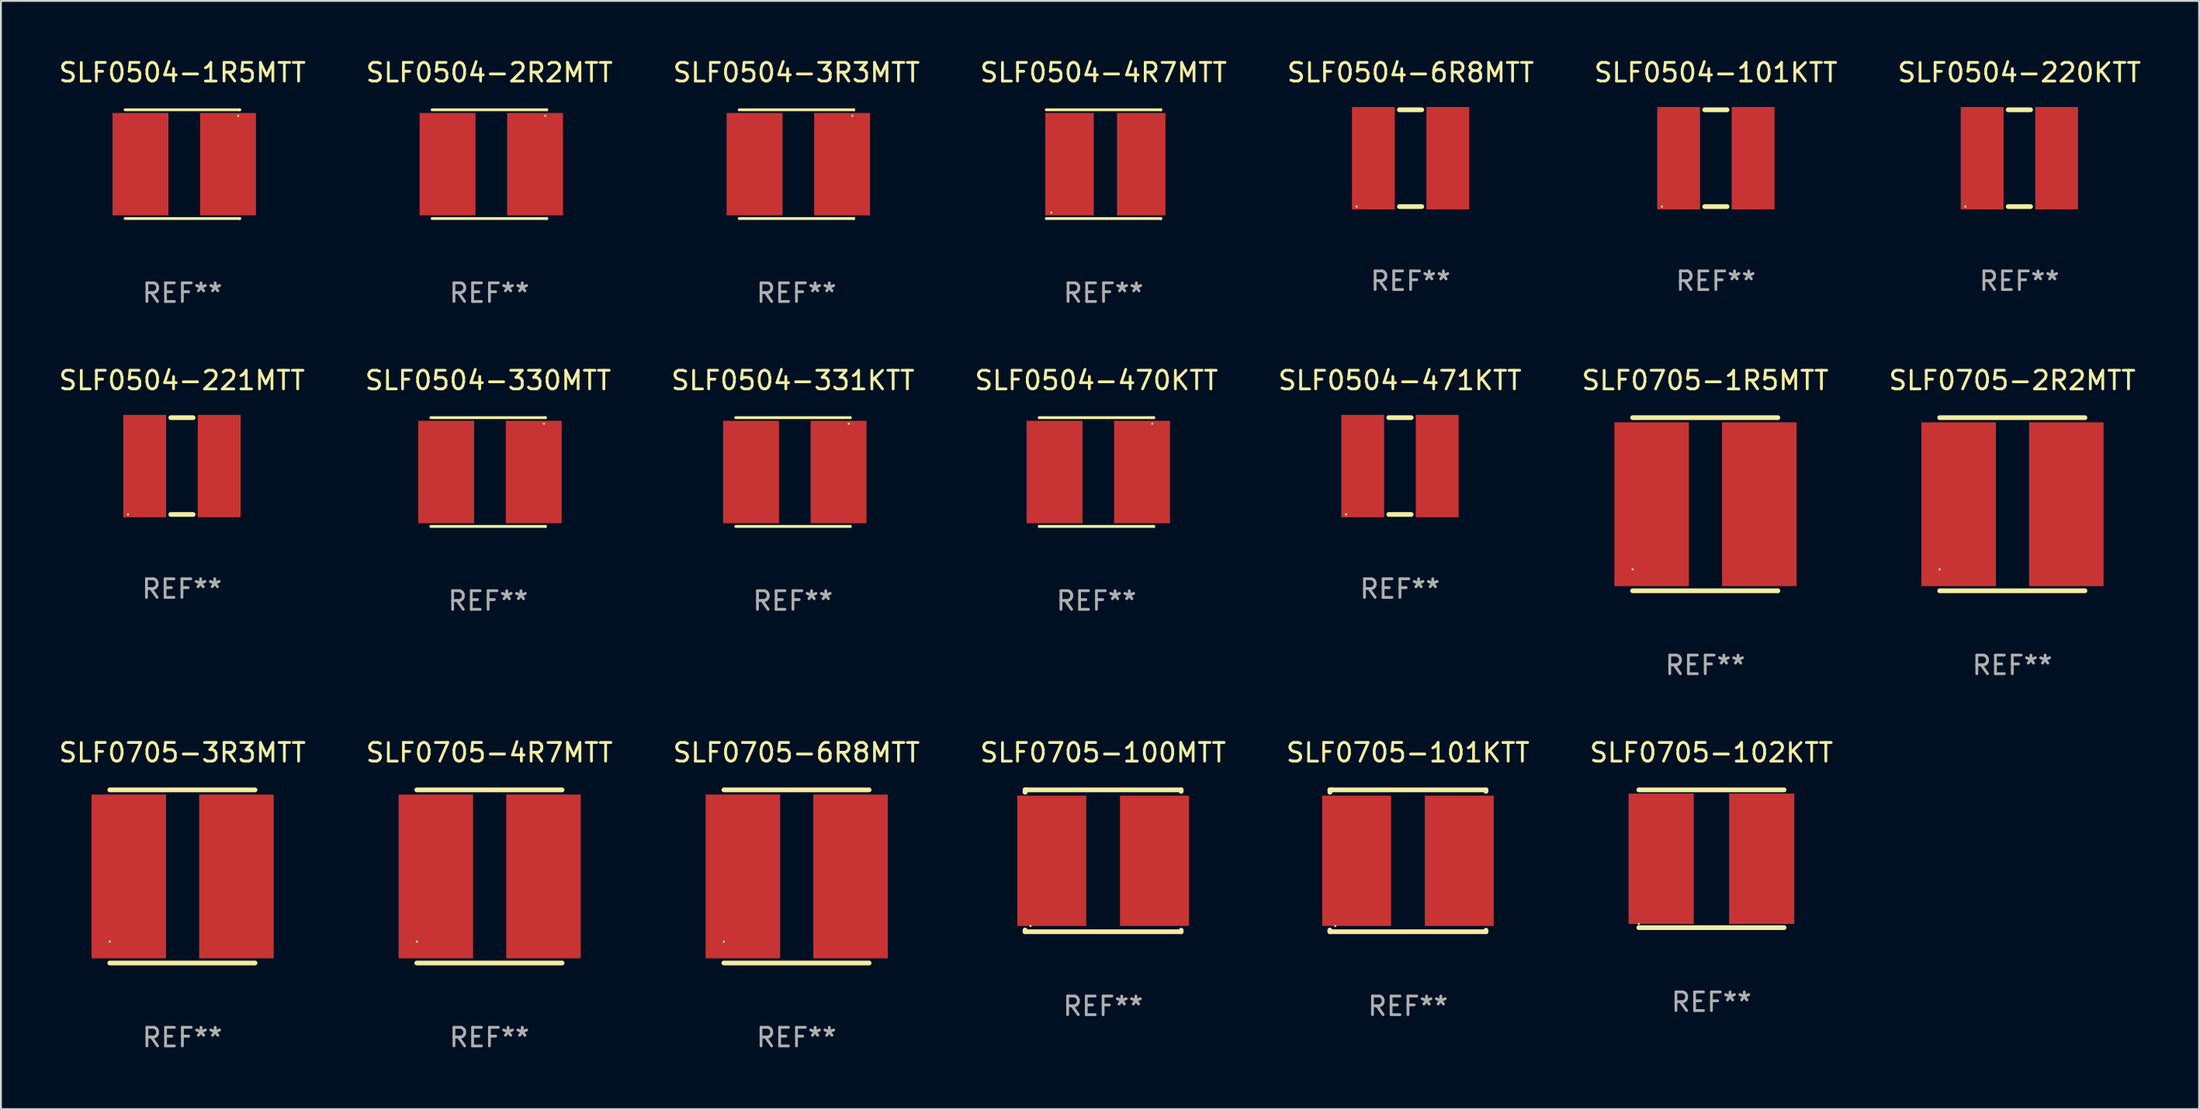
<source format=kicad_pcb>
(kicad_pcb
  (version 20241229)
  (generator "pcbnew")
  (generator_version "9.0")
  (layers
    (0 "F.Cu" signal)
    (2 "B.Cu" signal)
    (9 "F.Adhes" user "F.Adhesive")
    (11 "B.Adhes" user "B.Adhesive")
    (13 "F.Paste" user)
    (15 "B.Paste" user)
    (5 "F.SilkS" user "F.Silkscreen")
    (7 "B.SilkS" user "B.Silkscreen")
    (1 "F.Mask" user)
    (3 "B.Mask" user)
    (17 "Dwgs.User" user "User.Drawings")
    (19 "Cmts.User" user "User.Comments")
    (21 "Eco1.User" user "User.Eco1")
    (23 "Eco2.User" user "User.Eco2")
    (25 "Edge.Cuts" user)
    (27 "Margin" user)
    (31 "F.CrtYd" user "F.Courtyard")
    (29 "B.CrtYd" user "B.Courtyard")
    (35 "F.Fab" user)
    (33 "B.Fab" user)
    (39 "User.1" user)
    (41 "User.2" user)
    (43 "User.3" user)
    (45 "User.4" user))
  (footprint "SLF0705-1R5MTT"
    (layer "F.Cu")
    (at 88.518 24.037)
    (property "Reference" "SLF0705-1R5MTT" (at 0 -6.65 0) (layer "F.SilkS") (effects (font (size 1 1) (thickness 0.15))))
    (attr through_hole)
    (fp_line (start -3.9 -4.65) (end 3.9 -4.65) (stroke (width 0.254) (type solid)) (layer "F.SilkS"))
    (fp_line (start -3.9 4.65) (end 3.9 4.65) (stroke (width 0.254) (type solid)) (layer "F.SilkS"))
    (fp_circle (center -3.9 3.5) (end -3.87 3.5) (stroke (width 0.06) (type solid)) (fill no) (layer "F.SilkS"))
    (fp_text user "REF**" (at 0 8.65 0) (layer "F.Fab") (effects (font (size 1 1) (thickness 0.15))))
    (pad "1" smd rect (at -2.879 0) (size 4 8.8) (layers "F.Cu" "F.Mask" "F.Paste"))
    (pad "2" smd rect (at 2.902 0) (size 4 8.8) (layers "F.Cu" "F.Mask" "F.Paste")))
  (footprint "SLF0504-331KTT"
    (layer "F.Cu")
    (at 39.53 22.308)
    (property "Reference" "SLF0504-331KTT" (at 0 -4.921 0) (layer "F.SilkS") (effects (font (size 1 1) (thickness 0.15))))
    (attr through_hole)
    (fp_line (start -3.076 2.921) (end 3.076 2.921) (stroke (width 0.152) (type solid)) (layer "F.SilkS"))
    (fp_line (start -3.076 -2.921) (end 3.076 -2.921) (stroke (width 0.152) (type solid)) (layer "F.SilkS"))
    (fp_line (start 3.076 2.921) (end 3.076 2.921) (stroke (width 0.152) (type solid)) (layer "F.SilkS"))
    (fp_line (start 3.076 -2.921) (end 3.076 -2.921) (stroke (width 0.152) (type solid)) (layer "F.SilkS"))
    (fp_circle (center 2.999 -2.6) (end 3.029 -2.6) (stroke (width 0.06) (type solid)) (fill no) (layer "F.SilkS"))
    (fp_text user "REF**" (at 0 6.921 0) (layer "F.Fab") (effects (font (size 1 1) (thickness 0.15))))
    (pad "1" smd rect (at 2.45 -0.000013) (size 3 5.5) (layers "F.Cu" "F.Mask" "F.Paste"))
    (pad "2" smd rect (at -2.251 -0.000013) (size 3 5.5) (layers "F.Cu" "F.Mask" "F.Paste")))
  (footprint "SLF0504-220KTT"
    (layer "F.Cu")
    (at 105.387 5.448)
    (property "Reference" "SLF0504-220KTT" (at 0 -4.6 0) (layer "F.SilkS") (effects (font (size 1 1) (thickness 0.15))))
    (attr through_hole)
    (fp_line (start -0.6 -2.6) (end 0.6 -2.6) (stroke (width 0.254) (type solid)) (layer "F.SilkS"))
    (fp_line (start -0.6 2.6) (end 0.6 2.6) (stroke (width 0.254) (type solid)) (layer "F.SilkS"))
    (fp_circle (center -2.9 2.6) (end -2.87 2.6) (stroke (width 0.06) (type solid)) (fill no) (layer "F.SilkS"))
    (fp_text user "REF**" (at 0 6.6 0) (layer "F.Fab") (effects (font (size 1 1) (thickness 0.15))))
    (pad "1" smd rect (at -2 0 90) (size 5.5 2.3) (layers "F.Cu" "F.Mask" "F.Paste"))
    (pad "2" smd rect (at 2 0 90) (size 5.5 2.3) (layers "F.Cu" "F.Mask" "F.Paste")))
  (footprint "SLF0504-221MTT"
    (layer "F.Cu")
    (at 6.72 21.987)
    (property "Reference" "SLF0504-221MTT" (at 0 -4.6 0) (layer "F.SilkS") (effects (font (size 1 1) (thickness 0.15))))
    (attr through_hole)
    (fp_line (start -0.6 -2.6) (end 0.6 -2.6) (stroke (width 0.254) (type solid)) (layer "F.SilkS"))
    (fp_line (start -0.6 2.6) (end 0.6 2.6) (stroke (width 0.254) (type solid)) (layer "F.SilkS"))
    (fp_circle (center -2.9 2.6) (end -2.87 2.6) (stroke (width 0.06) (type solid)) (fill no) (layer "F.SilkS"))
    (fp_text user "REF**" (at 0 6.6 0) (layer "F.Fab") (effects (font (size 1 1) (thickness 0.15))))
    (pad "1" smd rect (at -2 0 90) (size 5.5 2.3) (layers "F.Cu" "F.Mask" "F.Paste"))
    (pad "2" smd rect (at 2 0 90) (size 5.5 2.3) (layers "F.Cu" "F.Mask" "F.Paste")))
  (footprint "SLF0504-3R3MTT"
    (layer "F.Cu")
    (at 39.72 5.769)
    (property "Reference" "SLF0504-3R3MTT" (at 0 -4.921 0) (layer "F.SilkS") (effects (font (size 1 1) (thickness 0.15))))
    (attr through_hole)
    (fp_line (start -3.076 2.921) (end 3.076 2.921) (stroke (width 0.152) (type solid)) (layer "F.SilkS"))
    (fp_line (start -3.076 -2.921) (end 3.076 -2.921) (stroke (width 0.152) (type solid)) (layer "F.SilkS"))
    (fp_line (start 3.076 2.921) (end 3.076 2.921) (stroke (width 0.152) (type solid)) (layer "F.SilkS"))
    (fp_line (start 3.076 -2.921) (end 3.076 -2.921) (stroke (width 0.152) (type solid)) (layer "F.SilkS"))
    (fp_circle (center 2.999 -2.6) (end 3.029 -2.6) (stroke (width 0.06) (type solid)) (fill no) (layer "F.SilkS"))
    (fp_text user "REF**" (at 0 6.921 0) (layer "F.Fab") (effects (font (size 1 1) (thickness 0.15))))
    (pad "1" smd rect (at 2.45 -0.000013) (size 3 5.5) (layers "F.Cu" "F.Mask" "F.Paste"))
    (pad "2" smd rect (at -2.251 -0.000013) (size 3 5.5) (layers "F.Cu" "F.Mask" "F.Paste")))
  (footprint "SLF0705-4R7MTT"
    (layer "F.Cu")
    (at 23.232 44.033)
    (property "Reference" "SLF0705-4R7MTT" (at 0 -6.65 0) (layer "F.SilkS") (effects (font (size 1 1) (thickness 0.15))))
    (attr through_hole)
    (fp_line (start -3.9 -4.65) (end 3.9 -4.65) (stroke (width 0.254) (type solid)) (layer "F.SilkS"))
    (fp_line (start -3.9 4.65) (end 3.9 4.65) (stroke (width 0.254) (type solid)) (layer "F.SilkS"))
    (fp_circle (center -3.9 3.5) (end -3.87 3.5) (stroke (width 0.06) (type solid)) (fill no) (layer "F.SilkS"))
    (fp_text user "REF**" (at 0 8.65 0) (layer "F.Fab") (effects (font (size 1 1) (thickness 0.15))))
    (pad "1" smd rect (at -2.879 0) (size 4 8.8) (layers "F.Cu" "F.Mask" "F.Paste"))
    (pad "2" smd rect (at 2.902 0) (size 4 8.8) (layers "F.Cu" "F.Mask" "F.Paste")))
  (footprint "SLF0504-330MTT"
    (layer "F.Cu")
    (at 23.161 22.308)
    (property "Reference" "SLF0504-330MTT" (at 0 -4.921 0) (layer "F.SilkS") (effects (font (size 1 1) (thickness 0.15))))
    (attr through_hole)
    (fp_line (start -3.076 2.921) (end 3.076 2.921) (stroke (width 0.152) (type solid)) (layer "F.SilkS"))
    (fp_line (start -3.076 -2.921) (end 3.076 -2.921) (stroke (width 0.152) (type solid)) (layer "F.SilkS"))
    (fp_line (start 3.076 2.921) (end 3.076 2.921) (stroke (width 0.152) (type solid)) (layer "F.SilkS"))
    (fp_line (start 3.076 -2.921) (end 3.076 -2.921) (stroke (width 0.152) (type solid)) (layer "F.SilkS"))
    (fp_circle (center 2.999 -2.6) (end 3.029 -2.6) (stroke (width 0.06) (type solid)) (fill no) (layer "F.SilkS"))
    (fp_text user "REF**" (at 0 6.921 0) (layer "F.Fab") (effects (font (size 1 1) (thickness 0.15))))
    (pad "1" smd rect (at 2.45 -0.000013) (size 3 5.5) (layers "F.Cu" "F.Mask" "F.Paste"))
    (pad "2" smd rect (at -2.251 -0.000013) (size 3 5.5) (layers "F.Cu" "F.Mask" "F.Paste")))
  (footprint "SLF0504-1R5MTT"
    (layer "F.Cu")
    (at 6.744 5.769)
    (property "Reference" "SLF0504-1R5MTT" (at 0 -4.921 0) (layer "F.SilkS") (effects (font (size 1 1) (thickness 0.15))))
    (attr through_hole)
    (fp_line (start -3.076 2.921) (end 3.076 2.921) (stroke (width 0.152) (type solid)) (layer "F.SilkS"))
    (fp_line (start -3.076 -2.921) (end 3.076 -2.921) (stroke (width 0.152) (type solid)) (layer "F.SilkS"))
    (fp_line (start 3.076 2.921) (end 3.076 2.921) (stroke (width 0.152) (type solid)) (layer "F.SilkS"))
    (fp_line (start 3.076 -2.921) (end 3.076 -2.921) (stroke (width 0.152) (type solid)) (layer "F.SilkS"))
    (fp_circle (center 2.999 -2.6) (end 3.029 -2.6) (stroke (width 0.06) (type solid)) (fill no) (layer "F.SilkS"))
    (fp_text user "REF**" (at 0 6.921 0) (layer "F.Fab") (effects (font (size 1 1) (thickness 0.15))))
    (pad "1" smd rect (at 2.45 -0.000013) (size 3 5.5) (layers "F.Cu" "F.Mask" "F.Paste"))
    (pad "2" smd rect (at -2.251 -0.000013) (size 3 5.5) (layers "F.Cu" "F.Mask" "F.Paste")))
  (footprint "SLF0705-100MTT"
    (layer "F.Cu")
    (at 56.185 43.193)
    (property "Reference" "SLF0705-100MTT" (at 0 -5.81 0) (layer "F.SilkS") (effects (font (size 1 1) (thickness 0.15))))
    (attr through_hole)
    (fp_line (start -4.191 3.73) (end -4.191 3.731) (stroke (width 0.254) (type solid)) (layer "F.SilkS"))
    (fp_line (start -4.191 -3.81) (end -4.191 -3.683) (stroke (width 0.254) (type solid)) (layer "F.SilkS"))
    (fp_line (start -4.191 3.81) (end -4.191 3.731) (stroke (width 0.254) (type solid)) (layer "F.SilkS"))
    (fp_line (start -4.064 -3.81) (end -4.191 -3.81) (stroke (width 0.254) (type solid)) (layer "F.SilkS"))
    (fp_line (start -4.064 -3.81) (end 4.191 -3.81) (stroke (width 0.254) (type solid)) (layer "F.SilkS"))
    (fp_line (start 4.191 -3.81) (end 4.191 -3.731) (stroke (width 0.254) (type solid)) (layer "F.SilkS"))
    (fp_line (start 4.191 3.731) (end 4.191 3.81) (stroke (width 0.254) (type solid)) (layer "F.SilkS"))
    (fp_line (start 4.191 3.81) (end -4.191 3.81) (stroke (width 0.254) (type solid)) (layer "F.SilkS"))
    (fp_circle (center -3.9 3.5) (end -3.87 3.5) (stroke (width 0.06) (type solid)) (fill no) (layer "F.SilkS"))
    (fp_text user "REF**" (at 0 7.81 0) (layer "F.Fab") (effects (font (size 1 1) (thickness 0.15))))
    (pad "1" smd rect (at -2.756 0) (size 3.7 7) (layers "F.Cu" "F.Mask" "F.Paste"))
    (pad "2" smd rect (at 2.756 0) (size 3.7 7) (layers "F.Cu" "F.Mask" "F.Paste")))
  (footprint "SLF0504-6R8MTT"
    (layer "F.Cu")
    (at 72.696 5.448)
    (property "Reference" "SLF0504-6R8MTT" (at 0 -4.6 0) (layer "F.SilkS") (effects (font (size 1 1) (thickness 0.15))))
    (attr through_hole)
    (fp_line (start -0.6 -2.6) (end 0.6 -2.6) (stroke (width 0.254) (type solid)) (layer "F.SilkS"))
    (fp_line (start -0.6 2.6) (end 0.6 2.6) (stroke (width 0.254) (type solid)) (layer "F.SilkS"))
    (fp_circle (center -2.9 2.6) (end -2.87 2.6) (stroke (width 0.06) (type solid)) (fill no) (layer "F.SilkS"))
    (fp_text user "REF**" (at 0 6.6 0) (layer "F.Fab") (effects (font (size 1 1) (thickness 0.15))))
    (pad "1" smd rect (at -2 0 90) (size 5.5 2.3) (layers "F.Cu" "F.Mask" "F.Paste"))
    (pad "2" smd rect (at 2 0 90) (size 5.5 2.3) (layers "F.Cu" "F.Mask" "F.Paste")))
  (footprint "SLF0504-4R7MTT"
    (layer "F.Cu")
    (at 56.208 5.769)
    (property "Reference" "SLF0504-4R7MTT" (at 0 -4.921 0) (layer "F.SilkS") (effects (font (size 1 1) (thickness 0.15))))
    (attr through_hole)
    (fp_line (start -3.076 2.921) (end 3.076 2.921) (stroke (width 0.152) (type solid)) (layer "F.SilkS"))
    (fp_line (start -3.076 -2.921) (end 3.076 -2.921) (stroke (width 0.152) (type solid)) (layer "F.SilkS"))
    (fp_line (start 3.076 2.921) (end 3.076 2.921) (stroke (width 0.152) (type solid)) (layer "F.SilkS"))
    (fp_line (start 3.076 -2.921) (end 3.076 -2.921) (stroke (width 0.152) (type solid)) (layer "F.SilkS"))
    (fp_circle (center -2.801 2.6) (end -2.771 2.6) (stroke (width 0.06) (type solid)) (fill no) (layer "F.SilkS"))
    (fp_text user "REF**" (at 0 6.921 0) (layer "F.Fab") (effects (font (size 1 1) (thickness 0.15))))
    (pad "1" smd rect (at -1.826 -0.000013) (size 2.6 5.5) (layers "F.Cu" "F.Mask" "F.Paste"))
    (pad "2" smd rect (at 2.024 -0.000013) (size 2.6 5.5) (layers "F.Cu" "F.Mask" "F.Paste")))
  (footprint "SLF0705-6R8MTT"
    (layer "F.Cu")
    (at 39.72 44.033)
    (property "Reference" "SLF0705-6R8MTT" (at 0 -6.65 0) (layer "F.SilkS") (effects (font (size 1 1) (thickness 0.15))))
    (attr through_hole)
    (fp_line (start -3.9 -4.65) (end 3.9 -4.65) (stroke (width 0.254) (type solid)) (layer "F.SilkS"))
    (fp_line (start -3.9 4.65) (end 3.9 4.65) (stroke (width 0.254) (type solid)) (layer "F.SilkS"))
    (fp_circle (center -3.9 3.5) (end -3.87 3.5) (stroke (width 0.06) (type solid)) (fill no) (layer "F.SilkS"))
    (fp_text user "REF**" (at 0 8.65 0) (layer "F.Fab") (effects (font (size 1 1) (thickness 0.15))))
    (pad "1" smd rect (at -2.879 0) (size 4 8.8) (layers "F.Cu" "F.Mask" "F.Paste"))
    (pad "2" smd rect (at 2.902 0) (size 4 8.8) (layers "F.Cu" "F.Mask" "F.Paste")))
  (footprint "SLF0705-101KTT"
    (layer "F.Cu")
    (at 72.554 43.193)
    (property "Reference" "SLF0705-101KTT" (at 0 -5.81 0) (layer "F.SilkS") (effects (font (size 1 1) (thickness 0.15))))
    (attr through_hole)
    (fp_line (start -4.191 3.73) (end -4.191 3.731) (stroke (width 0.254) (type solid)) (layer "F.SilkS"))
    (fp_line (start -4.191 -3.81) (end -4.191 -3.683) (stroke (width 0.254) (type solid)) (layer "F.SilkS"))
    (fp_line (start -4.191 3.81) (end -4.191 3.731) (stroke (width 0.254) (type solid)) (layer "F.SilkS"))
    (fp_line (start -4.064 -3.81) (end -4.191 -3.81) (stroke (width 0.254) (type solid)) (layer "F.SilkS"))
    (fp_line (start -4.064 -3.81) (end 4.191 -3.81) (stroke (width 0.254) (type solid)) (layer "F.SilkS"))
    (fp_line (start 4.191 -3.81) (end 4.191 -3.731) (stroke (width 0.254) (type solid)) (layer "F.SilkS"))
    (fp_line (start 4.191 3.731) (end 4.191 3.81) (stroke (width 0.254) (type solid)) (layer "F.SilkS"))
    (fp_line (start 4.191 3.81) (end -4.191 3.81) (stroke (width 0.254) (type solid)) (layer "F.SilkS"))
    (fp_circle (center -3.9 3.5) (end -3.87 3.5) (stroke (width 0.06) (type solid)) (fill no) (layer "F.SilkS"))
    (fp_text user "REF**" (at 0 7.81 0) (layer "F.Fab") (effects (font (size 1 1) (thickness 0.15))))
    (pad "1" smd rect (at -2.756 0) (size 3.7 7) (layers "F.Cu" "F.Mask" "F.Paste"))
    (pad "2" smd rect (at 2.756 0) (size 3.7 7) (layers "F.Cu" "F.Mask" "F.Paste")))
  (footprint "SLF0504-470KTT"
    (layer "F.Cu")
    (at 55.827 22.308)
    (property "Reference" "SLF0504-470KTT" (at 0 -4.921 0) (layer "F.SilkS") (effects (font (size 1 1) (thickness 0.15))))
    (attr through_hole)
    (fp_line (start -3.076 2.921) (end 3.076 2.921) (stroke (width 0.152) (type solid)) (layer "F.SilkS"))
    (fp_line (start -3.076 -2.921) (end 3.076 -2.921) (stroke (width 0.152) (type solid)) (layer "F.SilkS"))
    (fp_line (start 3.076 2.921) (end 3.076 2.921) (stroke (width 0.152) (type solid)) (layer "F.SilkS"))
    (fp_line (start 3.076 -2.921) (end 3.076 -2.921) (stroke (width 0.152) (type solid)) (layer "F.SilkS"))
    (fp_circle (center 2.999 -2.6) (end 3.029 -2.6) (stroke (width 0.06) (type solid)) (fill no) (layer "F.SilkS"))
    (fp_text user "REF**" (at 0 6.921 0) (layer "F.Fab") (effects (font (size 1 1) (thickness 0.15))))
    (pad "1" smd rect (at 2.45 -0.000013) (size 3 5.5) (layers "F.Cu" "F.Mask" "F.Paste"))
    (pad "2" smd rect (at -2.251 -0.000013) (size 3 5.5) (layers "F.Cu" "F.Mask" "F.Paste")))
  (footprint "SLF0504-471KTT"
    (layer "F.Cu")
    (at 72.125 21.987)
    (property "Reference" "SLF0504-471KTT" (at 0 -4.6 0) (layer "F.SilkS") (effects (font (size 1 1) (thickness 0.15))))
    (attr through_hole)
    (fp_line (start -0.6 -2.6) (end 0.6 -2.6) (stroke (width 0.254) (type solid)) (layer "F.SilkS"))
    (fp_line (start -0.6 2.6) (end 0.6 2.6) (stroke (width 0.254) (type solid)) (layer "F.SilkS"))
    (fp_circle (center -2.9 2.6) (end -2.87 2.6) (stroke (width 0.06) (type solid)) (fill no) (layer "F.SilkS"))
    (fp_text user "REF**" (at 0 6.6 0) (layer "F.Fab") (effects (font (size 1 1) (thickness 0.15))))
    (pad "1" smd rect (at -2 0 90) (size 5.5 2.3) (layers "F.Cu" "F.Mask" "F.Paste"))
    (pad "2" smd rect (at 2 0 90) (size 5.5 2.3) (layers "F.Cu" "F.Mask" "F.Paste")))
  (footprint "SLF0705-2R2MTT"
    (layer "F.Cu")
    (at 105.006 24.037)
    (property "Reference" "SLF0705-2R2MTT" (at 0 -6.65 0) (layer "F.SilkS") (effects (font (size 1 1) (thickness 0.15))))
    (attr through_hole)
    (fp_line (start -3.9 -4.65) (end 3.9 -4.65) (stroke (width 0.254) (type solid)) (layer "F.SilkS"))
    (fp_line (start -3.9 4.65) (end 3.9 4.65) (stroke (width 0.254) (type solid)) (layer "F.SilkS"))
    (fp_circle (center -3.9 3.5) (end -3.87 3.5) (stroke (width 0.06) (type solid)) (fill no) (layer "F.SilkS"))
    (fp_text user "REF**" (at 0 8.65 0) (layer "F.Fab") (effects (font (size 1 1) (thickness 0.15))))
    (pad "1" smd rect (at -2.879 0) (size 4 8.8) (layers "F.Cu" "F.Mask" "F.Paste"))
    (pad "2" smd rect (at 2.902 0) (size 4 8.8) (layers "F.Cu" "F.Mask" "F.Paste")))
  (footprint "SLF0504-2R2MTT"
    (layer "F.Cu")
    (at 23.232 5.769)
    (property "Reference" "SLF0504-2R2MTT" (at 0 -4.921 0) (layer "F.SilkS") (effects (font (size 1 1) (thickness 0.15))))
    (attr through_hole)
    (fp_line (start -3.076 2.921) (end 3.076 2.921) (stroke (width 0.152) (type solid)) (layer "F.SilkS"))
    (fp_line (start -3.076 -2.921) (end 3.076 -2.921) (stroke (width 0.152) (type solid)) (layer "F.SilkS"))
    (fp_line (start 3.076 2.921) (end 3.076 2.921) (stroke (width 0.152) (type solid)) (layer "F.SilkS"))
    (fp_line (start 3.076 -2.921) (end 3.076 -2.921) (stroke (width 0.152) (type solid)) (layer "F.SilkS"))
    (fp_circle (center 2.999 -2.6) (end 3.029 -2.6) (stroke (width 0.06) (type solid)) (fill no) (layer "F.SilkS"))
    (fp_text user "REF**" (at 0 6.921 0) (layer "F.Fab") (effects (font (size 1 1) (thickness 0.15))))
    (pad "1" smd rect (at 2.45 -0.000013) (size 3 5.5) (layers "F.Cu" "F.Mask" "F.Paste"))
    (pad "2" smd rect (at -2.251 -0.000013) (size 3 5.5) (layers "F.Cu" "F.Mask" "F.Paste")))
  (footprint "SLF0705-3R3MTT"
    (layer "F.Cu")
    (at 6.744 44.033)
    (property "Reference" "SLF0705-3R3MTT" (at 0 -6.65 0) (layer "F.SilkS") (effects (font (size 1 1) (thickness 0.15))))
    (attr through_hole)
    (fp_line (start -3.9 -4.65) (end 3.9 -4.65) (stroke (width 0.254) (type solid)) (layer "F.SilkS"))
    (fp_line (start -3.9 4.65) (end 3.9 4.65) (stroke (width 0.254) (type solid)) (layer "F.SilkS"))
    (fp_circle (center -3.9 3.5) (end -3.87 3.5) (stroke (width 0.06) (type solid)) (fill no) (layer "F.SilkS"))
    (fp_text user "REF**" (at 0 8.65 0) (layer "F.Fab") (effects (font (size 1 1) (thickness 0.15))))
    (pad "1" smd rect (at -2.879 0) (size 4 8.8) (layers "F.Cu" "F.Mask" "F.Paste"))
    (pad "2" smd rect (at 2.902 0) (size 4 8.8) (layers "F.Cu" "F.Mask" "F.Paste")))
  (footprint "SLF0504-101KTT"
    (layer "F.Cu")
    (at 89.089 5.448)
    (property "Reference" "SLF0504-101KTT" (at 0 -4.6 0) (layer "F.SilkS") (effects (font (size 1 1) (thickness 0.15))))
    (attr through_hole)
    (fp_line (start -0.6 -2.6) (end 0.6 -2.6) (stroke (width 0.254) (type solid)) (layer "F.SilkS"))
    (fp_line (start -0.6 2.6) (end 0.6 2.6) (stroke (width 0.254) (type solid)) (layer "F.SilkS"))
    (fp_circle (center -2.9 2.6) (end -2.87 2.6) (stroke (width 0.06) (type solid)) (fill no) (layer "F.SilkS"))
    (fp_text user "REF**" (at 0 6.6 0) (layer "F.Fab") (effects (font (size 1 1) (thickness 0.15))))
    (pad "1" smd rect (at -2 0 90) (size 5.5 2.3) (layers "F.Cu" "F.Mask" "F.Paste"))
    (pad "2" smd rect (at 2 0 90) (size 5.5 2.3) (layers "F.Cu" "F.Mask" "F.Paste")))
  (footprint "SLF0705-102KTT"
    (layer "F.Cu")
    (at 88.851 43.083)
    (property "Reference" "SLF0705-102KTT" (at 0 -5.7 0) (layer "F.SilkS") (effects (font (size 1 1) (thickness 0.15))))
    (attr through_hole)
    (fp_line (start -3.9 -3.7) (end 3.9 -3.7) (stroke (width 0.254) (type solid)) (layer "F.SilkS"))
    (fp_line (start -3.9 3.7) (end 3.9 3.7) (stroke (width 0.254) (type solid)) (layer "F.SilkS"))
    (fp_circle (center -3.9 3.5) (end -3.87 3.5) (stroke (width 0.06) (type solid)) (fill no) (layer "F.SilkS"))
    (fp_text user "REF**" (at 0 7.7 0) (layer "F.Fab") (effects (font (size 1 1) (thickness 0.15))))
    (pad "1" smd rect (at -2.7 0) (size 3.5 7) (layers "F.Cu" "F.Mask" "F.Paste"))
    (pad "2" smd rect (at 2.7 0) (size 3.5 7) (layers "F.Cu" "F.Mask" "F.Paste")))
  (gr_rect
    (start -3 -3)
    (end 115.036 56.532)
    (stroke (width 0.1) (type default))
    (fill no)
    (layer "Edge.Cuts")))
</source>
